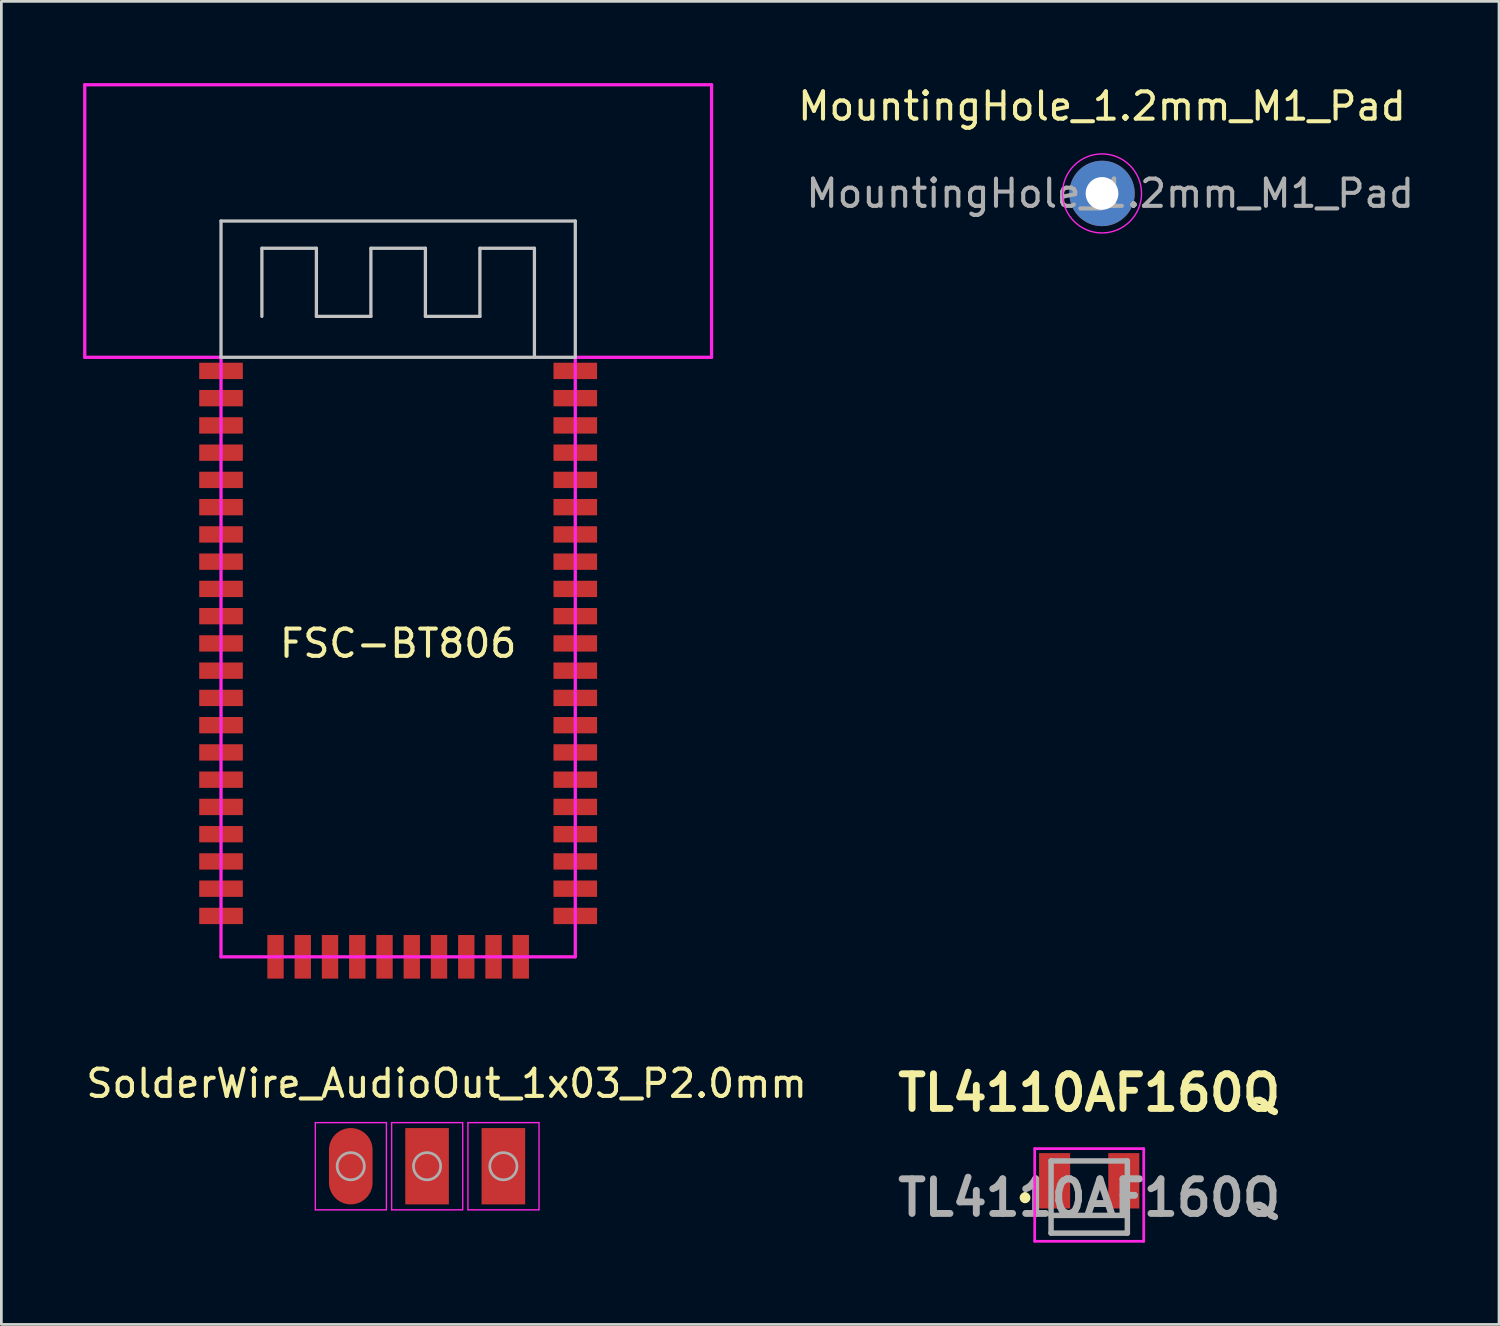
<source format=kicad_pcb>
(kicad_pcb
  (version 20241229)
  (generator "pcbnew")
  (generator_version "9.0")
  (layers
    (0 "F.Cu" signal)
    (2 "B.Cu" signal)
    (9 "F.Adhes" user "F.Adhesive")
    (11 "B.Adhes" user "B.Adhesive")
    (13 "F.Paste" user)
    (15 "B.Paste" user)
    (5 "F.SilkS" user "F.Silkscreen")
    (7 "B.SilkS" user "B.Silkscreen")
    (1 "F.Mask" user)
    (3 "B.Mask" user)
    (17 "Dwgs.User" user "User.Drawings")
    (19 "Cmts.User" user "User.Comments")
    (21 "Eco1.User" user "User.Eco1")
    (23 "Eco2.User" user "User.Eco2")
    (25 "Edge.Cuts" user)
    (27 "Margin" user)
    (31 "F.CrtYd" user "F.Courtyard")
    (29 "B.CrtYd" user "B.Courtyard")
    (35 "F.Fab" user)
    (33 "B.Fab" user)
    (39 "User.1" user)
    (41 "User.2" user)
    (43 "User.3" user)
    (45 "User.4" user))
  (footprint "FSC-BT806"
    (layer "F.Cu")
    (at 11.56 19.06)
    (property "Reference" "FSC-BT806" (at 0 1.5 0) (layer "F.SilkS") (effects (font (size 1 1) (thickness 0.15))))
    (attr smd)
    (fp_line (start -6.5 -14) (end -6.5 -9) (stroke (width 0.12) (type solid)) (layer "Dwgs.User"))
    (fp_line (start -6.5 -9) (end 6.5 -9) (stroke (width 0.12) (type solid)) (layer "Dwgs.User"))
    (fp_line (start -5 -13) (end -3 -13) (stroke (width 0.12) (type solid)) (layer "Dwgs.User"))
    (fp_line (start -5 -10.5) (end -5 -13) (stroke (width 0.12) (type solid)) (layer "Dwgs.User"))
    (fp_line (start -3 -13) (end -3 -10.5) (stroke (width 0.12) (type solid)) (layer "Dwgs.User"))
    (fp_line (start -3 -10.5) (end -1 -10.5) (stroke (width 0.12) (type solid)) (layer "Dwgs.User"))
    (fp_line (start -1 -13) (end 1 -13) (stroke (width 0.12) (type solid)) (layer "Dwgs.User"))
    (fp_line (start -1 -10.5) (end -1 -13) (stroke (width 0.12) (type solid)) (layer "Dwgs.User"))
    (fp_line (start 1 -13) (end 1 -10.5) (stroke (width 0.12) (type solid)) (layer "Dwgs.User"))
    (fp_line (start 1 -10.5) (end 3 -10.5) (stroke (width 0.12) (type solid)) (layer "Dwgs.User"))
    (fp_line (start 3 -13) (end 5 -13) (stroke (width 0.12) (type solid)) (layer "Dwgs.User"))
    (fp_line (start 3 -10.5) (end 3 -13) (stroke (width 0.12) (type solid)) (layer "Dwgs.User"))
    (fp_line (start 5 -13) (end 5 -9) (stroke (width 0.12) (type solid)) (layer "Dwgs.User"))
    (fp_line (start 6.5 -14) (end -6.5 -14) (stroke (width 0.12) (type solid)) (layer "Dwgs.User"))
    (fp_line (start 6.5 -9) (end 6.5 -14) (stroke (width 0.12) (type solid)) (layer "Dwgs.User"))
    (fp_line (start -11.5 -19) (end -11.5 -9) (stroke (width 0.12) (type solid)) (layer "F.CrtYd"))
    (fp_line (start -11.5 -9) (end -6.5 -9) (stroke (width 0.12) (type solid)) (layer "F.CrtYd"))
    (fp_line (start -6.5 -9) (end -6.5 13) (stroke (width 0.12) (type solid)) (layer "F.CrtYd"))
    (fp_line (start -6.5 13) (end 6.5 13) (stroke (width 0.12) (type solid)) (layer "F.CrtYd"))
    (fp_line (start 6.5 -9) (end 6.5 13) (stroke (width 0.12) (type solid)) (layer "F.CrtYd"))
    (fp_line (start 6.5 -9) (end 11.5 -9) (stroke (width 0.12) (type solid)) (layer "F.CrtYd"))
    (fp_line (start 11.5 -19) (end -11.5 -19) (stroke (width 0.12) (type solid)) (layer "F.CrtYd"))
    (fp_line (start 11.5 -9) (end 11.5 -19) (stroke (width 0.12) (type solid)) (layer "F.CrtYd"))
    (pad "1" smd rect (at -6.5 -8.5) (size 1.6 0.6) (layers "F.Cu" "F.Mask" "F.Paste"))
    (pad "2" smd rect (at -6.5 -7.5) (size 1.6 0.6) (layers "F.Cu" "F.Mask" "F.Paste"))
    (pad "3" smd rect (at -6.5 -6.5) (size 1.6 0.6) (layers "F.Cu" "F.Mask" "F.Paste"))
    (pad "4" smd rect (at -6.5 -5.5) (size 1.6 0.6) (layers "F.Cu" "F.Mask" "F.Paste"))
    (pad "5" smd rect (at -6.5 -4.5) (size 1.6 0.6) (layers "F.Cu" "F.Mask" "F.Paste"))
    (pad "6" smd rect (at -6.5 -3.5) (size 1.6 0.6) (layers "F.Cu" "F.Mask" "F.Paste"))
    (pad "7" smd rect (at -6.5 -2.5) (size 1.6 0.6) (layers "F.Cu" "F.Mask" "F.Paste"))
    (pad "8" smd rect (at -6.5 -1.5) (size 1.6 0.6) (layers "F.Cu" "F.Mask" "F.Paste"))
    (pad "9" smd rect (at -6.5 -0.5) (size 1.6 0.6) (layers "F.Cu" "F.Mask" "F.Paste"))
    (pad "10" smd rect (at -6.5 0.5) (size 1.6 0.6) (layers "F.Cu" "F.Mask" "F.Paste"))
    (pad "11" smd rect (at -6.5 1.5) (size 1.6 0.6) (layers "F.Cu" "F.Mask" "F.Paste"))
    (pad "12" smd rect (at -6.5 2.5) (size 1.6 0.6) (layers "F.Cu" "F.Mask" "F.Paste"))
    (pad "13" smd rect (at -6.5 3.5) (size 1.6 0.6) (layers "F.Cu" "F.Mask" "F.Paste"))
    (pad "14" smd rect (at -6.5 4.5) (size 1.6 0.6) (layers "F.Cu" "F.Mask" "F.Paste"))
    (pad "15" smd rect (at -6.5 5.5) (size 1.6 0.6) (layers "F.Cu" "F.Mask" "F.Paste"))
    (pad "16" smd rect (at -6.5 6.5) (size 1.6 0.6) (layers "F.Cu" "F.Mask" "F.Paste"))
    (pad "17" smd rect (at -6.5 7.5) (size 1.6 0.6) (layers "F.Cu" "F.Mask" "F.Paste"))
    (pad "18" smd rect (at -6.5 8.5) (size 1.6 0.6) (layers "F.Cu" "F.Mask" "F.Paste"))
    (pad "19" smd rect (at -6.5 9.5) (size 1.6 0.6) (layers "F.Cu" "F.Mask" "F.Paste"))
    (pad "20" smd rect (at -6.5 10.5) (size 1.6 0.6) (layers "F.Cu" "F.Mask" "F.Paste"))
    (pad "21" smd rect (at -6.5 11.5) (size 1.6 0.6) (layers "F.Cu" "F.Mask" "F.Paste"))
    (pad "22" smd rect (at -4.5 13 90) (size 1.6 0.6) (layers "F.Cu" "F.Mask" "F.Paste"))
    (pad "23" smd rect (at -3.5 13 90) (size 1.6 0.6) (layers "F.Cu" "F.Mask" "F.Paste"))
    (pad "24" smd rect (at -2.5 13 90) (size 1.6 0.6) (layers "F.Cu" "F.Mask" "F.Paste"))
    (pad "25" smd rect (at -1.5 13 90) (size 1.6 0.6) (layers "F.Cu" "F.Mask" "F.Paste"))
    (pad "26" smd rect (at -0.5 13 90) (size 1.6 0.6) (layers "F.Cu" "F.Mask" "F.Paste"))
    (pad "27" smd rect (at 0.5 13 90) (size 1.6 0.6) (layers "F.Cu" "F.Mask" "F.Paste"))
    (pad "28" smd rect (at 1.5 13 90) (size 1.6 0.6) (layers "F.Cu" "F.Mask" "F.Paste"))
    (pad "29" smd rect (at 2.5 13 90) (size 1.6 0.6) (layers "F.Cu" "F.Mask" "F.Paste"))
    (pad "30" smd rect (at 3.5 13 90) (size 1.6 0.6) (layers "F.Cu" "F.Mask" "F.Paste"))
    (pad "31" smd rect (at 4.5 13 90) (size 1.6 0.6) (layers "F.Cu" "F.Mask" "F.Paste"))
    (pad "32" smd rect (at 6.5 11.5) (size 1.6 0.6) (layers "F.Cu" "F.Mask" "F.Paste"))
    (pad "33" smd rect (at 6.5 10.5) (size 1.6 0.6) (layers "F.Cu" "F.Mask" "F.Paste"))
    (pad "34" smd rect (at 6.5 9.5) (size 1.6 0.6) (layers "F.Cu" "F.Mask" "F.Paste"))
    (pad "35" smd rect (at 6.5 8.5) (size 1.6 0.6) (layers "F.Cu" "F.Mask" "F.Paste"))
    (pad "36" smd rect (at 6.5 7.5) (size 1.6 0.6) (layers "F.Cu" "F.Mask" "F.Paste"))
    (pad "37" smd rect (at 6.5 6.5) (size 1.6 0.6) (layers "F.Cu" "F.Mask" "F.Paste"))
    (pad "38" smd rect (at 6.5 5.5) (size 1.6 0.6) (layers "F.Cu" "F.Mask" "F.Paste"))
    (pad "39" smd rect (at 6.5 4.5) (size 1.6 0.6) (layers "F.Cu" "F.Mask" "F.Paste"))
    (pad "40" smd rect (at 6.5 3.5) (size 1.6 0.6) (layers "F.Cu" "F.Mask" "F.Paste"))
    (pad "41" smd rect (at 6.5 2.5) (size 1.6 0.6) (layers "F.Cu" "F.Mask" "F.Paste"))
    (pad "42" smd rect (at 6.5 1.5) (size 1.6 0.6) (layers "F.Cu" "F.Mask" "F.Paste"))
    (pad "43" smd rect (at 6.5 0.5) (size 1.6 0.6) (layers "F.Cu" "F.Mask" "F.Paste"))
    (pad "44" smd rect (at 6.5 -0.5) (size 1.6 0.6) (layers "F.Cu" "F.Mask" "F.Paste"))
    (pad "45" smd rect (at 6.5 -1.5) (size 1.6 0.6) (layers "F.Cu" "F.Mask" "F.Paste"))
    (pad "46" smd rect (at 6.5 -2.5) (size 1.6 0.6) (layers "F.Cu" "F.Mask" "F.Paste"))
    (pad "47" smd rect (at 6.5 -3.5) (size 1.6 0.6) (layers "F.Cu" "F.Mask" "F.Paste"))
    (pad "48" smd rect (at 6.5 -4.5) (size 1.6 0.6) (layers "F.Cu" "F.Mask" "F.Paste"))
    (pad "49" smd rect (at 6.5 -5.5) (size 1.6 0.6) (layers "F.Cu" "F.Mask" "F.Paste"))
    (pad "50" smd rect (at 6.5 -6.5) (size 1.6 0.6) (layers "F.Cu" "F.Mask" "F.Paste"))
    (pad "51" smd rect (at 6.5 -7.5) (size 1.6 0.6) (layers "F.Cu" "F.Mask" "F.Paste"))
    (pad "52" smd rect (at 6.5 -8.5) (size 1.6 0.6) (layers "F.Cu" "F.Mask" "F.Paste")))
  (footprint "MountingHole_1.2mm_M1_Pad"
    (layer "F.Cu")
    (at 37.388 4.048)
    (property "Reference" "MountingHole_1.2mm_M1_Pad" (at 0 -3.2 0) (layer "F.SilkS") (effects (font (size 1 1) (thickness 0.15))))
    (attr exclude_from_pos_files exclude_from_bom)
    (fp_circle (center 0 0) (end 1.45 0) (stroke (width 0.05) (type solid)) (fill no) (layer "F.CrtYd"))
    (fp_text user "${REFERENCE}" (at 0.3 0 0) (layer "F.Fab") (effects (font (size 1 1) (thickness 0.15))))
    (pad "1" thru_hole circle (at 0 0) (size 2.4 2.4) (drill 1.2) (layers "*.Cu" "*.Mask")))
  (footprint "SolderWire_AudioOut_1x03_P2.0mm"
    (layer "F.Cu")
    (at 9.821 39.744)
    (property "Reference" "SolderWire_AudioOut_1x03_P2.0mm" (at 3.518 -3.035 0) (layer "F.SilkS") (effects (font (size 1 1) (thickness 0.15))))
    (attr exclude_from_pos_files exclude_from_bom)
    (fp_line (start -1.3 -1.6) (end -1.3 1.6) (stroke (width 0.05) (type solid)) (layer "F.CrtYd"))
    (fp_line (start -1.3 1.6) (end 1.3 1.6) (stroke (width 0.05) (type solid)) (layer "F.CrtYd"))
    (fp_line (start 1.3 -1.6) (end -1.3 -1.6) (stroke (width 0.05) (type solid)) (layer "F.CrtYd"))
    (fp_line (start 1.308 1.6) (end 1.308 -1.6) (stroke (width 0.05) (type solid)) (layer "F.CrtYd"))
    (fp_line (start 1.5 -1.6) (end 1.5 1.6) (stroke (width 0.05) (type solid)) (layer "F.CrtYd"))
    (fp_line (start 1.5 1.6) (end 4.1 1.6) (stroke (width 0.05) (type solid)) (layer "F.CrtYd"))
    (fp_line (start 4.1 -1.6) (end 1.5 -1.6) (stroke (width 0.05) (type solid)) (layer "F.CrtYd"))
    (fp_line (start 4.108 1.6) (end 4.108 -1.6) (stroke (width 0.05) (type solid)) (layer "F.CrtYd"))
    (fp_line (start 4.3 -1.6) (end 4.3 1.6) (stroke (width 0.05) (type solid)) (layer "F.CrtYd"))
    (fp_line (start 4.3 1.6) (end 6.9 1.6) (stroke (width 0.05) (type solid)) (layer "F.CrtYd"))
    (fp_line (start 6.9 -1.6) (end 4.3 -1.6) (stroke (width 0.05) (type solid)) (layer "F.CrtYd"))
    (fp_line (start 6.908 1.6) (end 6.908 -1.6) (stroke (width 0.05) (type solid)) (layer "F.CrtYd"))
    (fp_circle (center 0 0) (end 0.5 0) (stroke (width 0.1) (type solid)) (fill no) (layer "F.Fab"))
    (fp_circle (center 2.8 0) (end 3.3 0) (stroke (width 0.1) (type solid)) (fill no) (layer "F.Fab"))
    (fp_circle (center 5.6 0) (end 6.1 0) (stroke (width 0.1) (type solid)) (fill no) (layer "F.Fab"))
    (pad "1" smd oval (at 0 0) (size 1.6 2.8) (layers "F.Cu" "F.Mask" "F.Paste"))
    (pad "2" smd rect (at 2.8 0) (size 1.6 2.8) (layers "F.Cu" "F.Mask" "F.Paste"))
    (pad "3" smd rect (at 5.6 0) (size 1.6 2.8) (layers "F.Cu" "F.Mask" "F.Paste")))
  (footprint "TL4110AF160Q"
    (layer "F.Cu")
    (at 36.918 41.549)
    (property "Reference" "TL4110AF160Q" (at 0 -4.5 0) (layer "F.SilkS") (effects (font (size 1.27 1.27) (thickness 0.254))))
    (attr smd)
    (fp_line (start -2.354 -0.75) (end -2.354 -0.75) (stroke (width 0.2) (type solid)) (layer "F.SilkS"))
    (fp_line (start -2.354 -0.55) (end -2.354 -0.55) (stroke (width 0.2) (type solid)) (layer "F.SilkS"))
    (fp_line (start -0.2 -2) (end 0.2 -2) (stroke (width 0.1) (type solid)) (layer "F.SilkS"))
    (fp_arc (start -2.354 -0.75) (mid -2.254 -0.65) (end -2.354 -0.55) (stroke (width 0.2) (type solid)) (layer "F.SilkS"))
    (fp_arc (start -2.354 -0.55) (mid -2.454 -0.65) (end -2.354 -0.75) (stroke (width 0.2) (type solid)) (layer "F.SilkS"))
    (fp_line (start -2 -2.45) (end 2 -2.45) (stroke (width 0.1) (type solid)) (layer "F.CrtYd"))
    (fp_line (start -2 0.95) (end -2 -2.45) (stroke (width 0.1) (type solid)) (layer "F.CrtYd"))
    (fp_line (start 2 -2.45) (end 2 0.95) (stroke (width 0.1) (type solid)) (layer "F.CrtYd"))
    (fp_line (start 2 0.95) (end -2 0.95) (stroke (width 0.1) (type solid)) (layer "F.CrtYd"))
    (fp_line (start -1.4 -2) (end 1.4 -2) (stroke (width 0.2) (type solid)) (layer "F.Fab"))
    (fp_line (start -1.4 0.65) (end -1.4 -2) (stroke (width 0.2) (type solid)) (layer "F.Fab"))
    (fp_line (start 1.4 -2) (end 1.4 0.65) (stroke (width 0.2) (type solid)) (layer "F.Fab"))
    (fp_line (start 1.4 0) (end -1.4 0) (stroke (width 0.2) (type solid)) (layer "F.Fab"))
    (fp_line (start 1.4 0.65) (end -1.4 0.65) (stroke (width 0.2) (type solid)) (layer "F.Fab"))
    (fp_text user "${REFERENCE}" (at 0 -0.647 0) (layer "F.Fab") (effects (font (size 1.27 1.27) (thickness 0.254))))
    (pad "1" smd rect (at -1.27 -1.27 90) (size 2.032 1.14) (layers "F.Cu" "F.Mask" "F.Paste"))
    (pad "2" smd rect (at 1.27 -1.27 90) (size 2.032 1.14) (layers "F.Cu" "F.Mask" "F.Paste")))
  (gr_rect
    (start -3 -3)
    (end 51.956 45.549)
    (stroke (width 0.1) (type default))
    (fill no)
    (layer "Edge.Cuts")))
</source>
